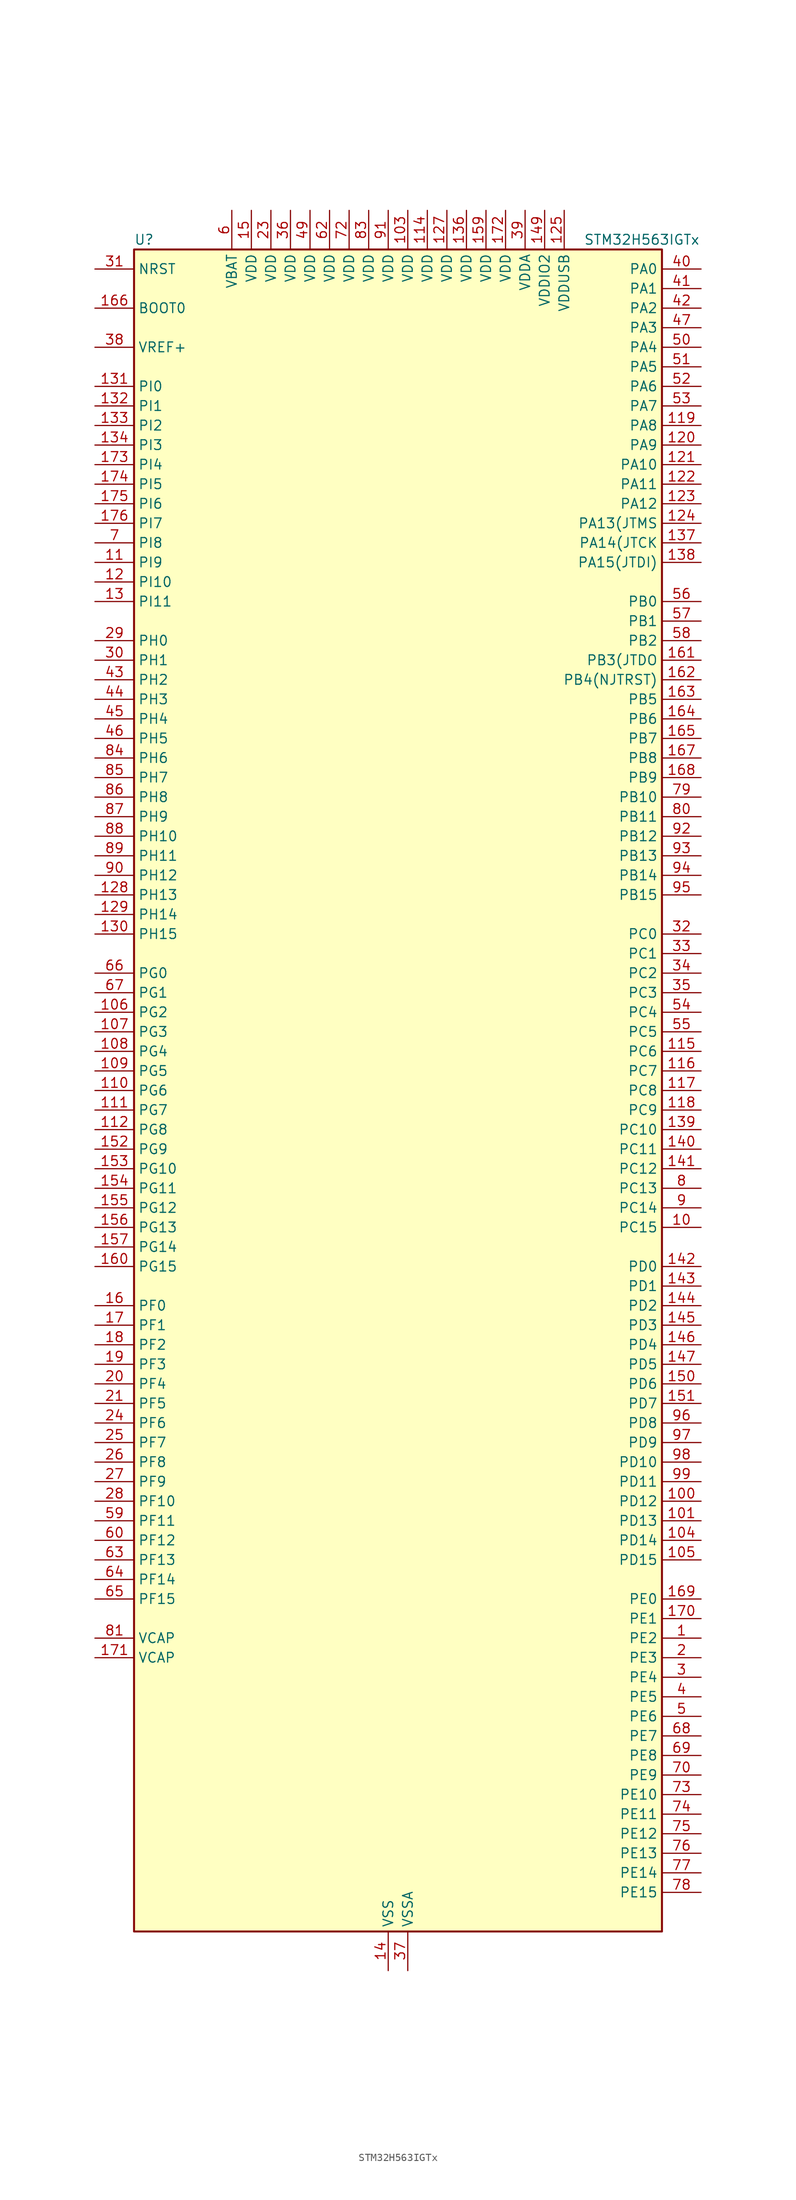
<source format=kicad_sym>
(kicad_symbol_lib
  (version 20231120)
  (generator "kicad-library-utils")
  (generator_version "8.0")
  (symbol "STM32H563IGTx"
    (property "Reference" "U"
      (at -33.02 110.49 0)
      (effects (font (size 1.27 1.27)) (justify left)))
    (property "Value" "STM32H563IGTx"
      (at 25.4 110.49 0)
      (effects (font (size 1.27 1.27)) (justify left)))
    (symbol "STM32H563IGTx_0_1"
      (rectangle (start -33.02 -109.22) (end 35.56 109.22) (stroke (width 0.254) (type default)) (fill (type background))))
    (symbol "STM32H563IGTx_1_1"
      (pin bidirectional line (at 40.64 -71.12 180) (length 5.08) (name "PE2" (effects (font (size 1.27 1.27)))) (number "1" (effects (font (size 1.27 1.27)))) (alternate "DCMI_D3" bidirectional line) (alternate "DEBUG_TRACECLK" bidirectional line) (alternate "ETH_TXD3" bidirectional line) (alternate "FMC_A23" bidirectional line) (alternate "LPTIM1_IN2" bidirectional line) (alternate "OCTOSPI1_IO2" bidirectional line) (alternate "PSSI_D3" bidirectional line) (alternate "SAI1_CK1" bidirectional line) (alternate "SAI1_MCLK_A" bidirectional line) (alternate "SPI4_SCK" bidirectional line) (alternate "UART8_TX" bidirectional line) (alternate "USART10_RX" bidirectional line))
      (pin bidirectional line (at 40.64 -17.78 180) (length 5.08) (name "PC15" (effects (font (size 1.27 1.27)))) (number "10" (effects (font (size 1.27 1.27)))) (alternate "ADC1_EXTI15" bidirectional line) (alternate "ADC2_EXTI15" bidirectional line) (alternate "RCC_OSC32_OUT" bidirectional line))
      (pin bidirectional line (at 40.64 -53.34 180) (length 5.08) (name "PD12" (effects (font (size 1.27 1.27)))) (number "100" (effects (font (size 1.27 1.27)))) (alternate "DCMI_D12" bidirectional line) (alternate "FMC_A17" bidirectional line) (alternate "FMC_ALE" bidirectional line) (alternate "I2C4_SCL" bidirectional line) (alternate "I3C1_SCL" bidirectional line) (alternate "LPTIM1_IN1" bidirectional line) (alternate "LPTIM2_IN1" bidirectional line) (alternate "OCTOSPI1_IO1" bidirectional line) (alternate "PSSI_D12" bidirectional line) (alternate "SAI1_D1" bidirectional line) (alternate "SAI2_FS_A" bidirectional line) (alternate "TIM4_CH1" bidirectional line) (alternate "UART4_TX" bidirectional line) (alternate "USART3_RTS" bidirectional line))
      (pin bidirectional line (at 40.64 -55.88 180) (length 5.08) (name "PD13" (effects (font (size 1.27 1.27)))) (number "101" (effects (font (size 1.27 1.27)))) (alternate "DCMI_D13" bidirectional line) (alternate "FMC_A18" bidirectional line) (alternate "I2C4_SDA" bidirectional line) (alternate "I3C1_SDA" bidirectional line) (alternate "LPTIM1_CH1" bidirectional line) (alternate "LPTIM2_CH1" bidirectional line) (alternate "LPTIM4_IN1" bidirectional line) (alternate "OCTOSPI1_IO3" bidirectional line) (alternate "PSSI_D13" bidirectional line) (alternate "SAI2_SCK_A" bidirectional line) (alternate "TIM4_CH2" bidirectional line) (alternate "UART9_RTS" bidirectional line))
      (pin passive line (at 0 -114.3 90) (length 5.08) hide (name "VSS" (effects (font (size 1.27 1.27)))) (number "102" (effects (font (size 1.27 1.27)))))
      (pin power_in line (at 2.54 114.3 270) (length 5.08) (name "VDD" (effects (font (size 1.27 1.27)))) (number "103" (effects (font (size 1.27 1.27)))))
      (pin bidirectional line (at 40.64 -58.42 180) (length 5.08) (name "PD14" (effects (font (size 1.27 1.27)))) (number "104" (effects (font (size 1.27 1.27)))) (alternate "FMC_D0" bidirectional line) (alternate "FMC_DA0" bidirectional line) (alternate "TIM4_CH3" bidirectional line) (alternate "UART8_CTS" bidirectional line) (alternate "UART9_RX" bidirectional line))
      (pin bidirectional line (at 40.64 -60.96 180) (length 5.08) (name "PD15" (effects (font (size 1.27 1.27)))) (number "105" (effects (font (size 1.27 1.27)))) (alternate "ADC1_EXTI15" bidirectional line) (alternate "ADC2_EXTI15" bidirectional line) (alternate "FMC_D1" bidirectional line) (alternate "FMC_DA1" bidirectional line) (alternate "TIM4_CH4" bidirectional line) (alternate "UART8_RTS" bidirectional line) (alternate "UART9_TX" bidirectional line))
      (pin bidirectional line (at -38.1 10.16 0) (length 5.08) (name "PG2" (effects (font (size 1.27 1.27)))) (number "106" (effects (font (size 1.27 1.27)))) (alternate "FMC_A12" bidirectional line) (alternate "LPTIM6_ETR" bidirectional line) (alternate "TIM8_BKIN" bidirectional line) (alternate "UART12_RX" bidirectional line))
      (pin bidirectional line (at -38.1 7.62 0) (length 5.08) (name "PG3" (effects (font (size 1.27 1.27)))) (number "107" (effects (font (size 1.27 1.27)))) (alternate "FMC_A13" bidirectional line) (alternate "LPTIM5_ETR" bidirectional line) (alternate "TIM8_BKIN2" bidirectional line) (alternate "UART12_TX" bidirectional line))
      (pin bidirectional line (at -38.1 5.08 0) (length 5.08) (name "PG4" (effects (font (size 1.27 1.27)))) (number "108" (effects (font (size 1.27 1.27)))) (alternate "FMC_A14" bidirectional line) (alternate "FMC_BA0" bidirectional line) (alternate "LPTIM4_ETR" bidirectional line) (alternate "TIM1_BKIN2" bidirectional line))
      (pin bidirectional line (at -38.1 2.54 0) (length 5.08) (name "PG5" (effects (font (size 1.27 1.27)))) (number "109" (effects (font (size 1.27 1.27)))) (alternate "FMC_A15" bidirectional line) (alternate "FMC_BA1" bidirectional line) (alternate "TIM1_ETR" bidirectional line))
      (pin bidirectional line (at -38.1 68.58 0) (length 5.08) (name "PI9" (effects (font (size 1.27 1.27)))) (number "11" (effects (font (size 1.27 1.27)))) (alternate "DAC1_EXTI9" bidirectional line) (alternate "FDCAN1_RX" bidirectional line) (alternate "UART4_RX" bidirectional line))
      (pin bidirectional line (at -38.1 0 0) (length 5.08) (name "PG6" (effects (font (size 1.27 1.27)))) (number "110" (effects (font (size 1.27 1.27)))) (alternate "DCMI_D12" bidirectional line) (alternate "FMC_NE3" bidirectional line) (alternate "I2C4_SDA" bidirectional line) (alternate "I3C1_SDA" bidirectional line) (alternate "OCTOSPI1_NCS" bidirectional line) (alternate "PSSI_D12" bidirectional line) (alternate "SPI1_RDY" bidirectional line) (alternate "TIM17_BKIN" bidirectional line) (alternate "UCPD1_FRSTX" bidirectional line))
      (pin bidirectional line (at -38.1 -2.54 0) (length 5.08) (name "PG7" (effects (font (size 1.27 1.27)))) (number "111" (effects (font (size 1.27 1.27)))) (alternate "DCMI_D13" bidirectional line) (alternate "FMC_INT" bidirectional line) (alternate "I2C4_SCL" bidirectional line) (alternate "I3C1_SCL" bidirectional line) (alternate "PSSI_D13" bidirectional line) (alternate "SAI1_CK2" bidirectional line) (alternate "SAI1_MCLK_A" bidirectional line) (alternate "UCPD1_FRSTX" bidirectional line) (alternate "USART6_CK" bidirectional line))
      (pin bidirectional line (at -38.1 -5.08 0) (length 5.08) (name "PG8" (effects (font (size 1.27 1.27)))) (number "112" (effects (font (size 1.27 1.27)))) (alternate "ETH_PPS_OUT" bidirectional line) (alternate "FMC_SDCLK" bidirectional line) (alternate "SPI6_NSS" bidirectional line) (alternate "TIM8_ETR" bidirectional line) (alternate "USART6_RTS" bidirectional line))
      (pin passive line (at 0 -114.3 90) (length 5.08) hide (name "VSS" (effects (font (size 1.27 1.27)))) (number "113" (effects (font (size 1.27 1.27)))))
      (pin power_in line (at 5.08 114.3 270) (length 5.08) (name "VDD" (effects (font (size 1.27 1.27)))) (number "114" (effects (font (size 1.27 1.27)))))
      (pin bidirectional line (at 40.64 5.08 180) (length 5.08) (name "PC6" (effects (font (size 1.27 1.27)))) (number "115" (effects (font (size 1.27 1.27)))) (alternate "DCMI_D0" bidirectional line) (alternate "FMC_NWAIT" bidirectional line) (alternate "I2S2_MCK" bidirectional line) (alternate "OCTOSPI1_IO5" bidirectional line) (alternate "PSSI_D0" bidirectional line) (alternate "SAI1_SCK_A" bidirectional line) (alternate "SDMMC1_D0DIR" bidirectional line) (alternate "SDMMC1_D6" bidirectional line) (alternate "SDMMC2_D6" bidirectional line) (alternate "TIM3_CH1" bidirectional line) (alternate "TIM8_CH1" bidirectional line) (alternate "USART6_TX" bidirectional line))
      (pin bidirectional line (at 40.64 2.54 180) (length 5.08) (name "PC7" (effects (font (size 1.27 1.27)))) (number "116" (effects (font (size 1.27 1.27)))) (alternate "DCMI_D1" bidirectional line) (alternate "DEBUG_TRGIO" bidirectional line) (alternate "FMC_NE1" bidirectional line) (alternate "I2S3_MCK" bidirectional line) (alternate "OCTOSPI1_IO6" bidirectional line) (alternate "PSSI_D1" bidirectional line) (alternate "SDMMC1_D123DIR" bidirectional line) (alternate "SDMMC1_D7" bidirectional line) (alternate "SDMMC2_D7" bidirectional line) (alternate "TIM3_CH2" bidirectional line) (alternate "TIM8_CH2" bidirectional line) (alternate "USART6_RX" bidirectional line))
      (pin bidirectional line (at 40.64 0 180) (length 5.08) (name "PC8" (effects (font (size 1.27 1.27)))) (number "117" (effects (font (size 1.27 1.27)))) (alternate "DCMI_D2" bidirectional line) (alternate "DEBUG_TRACED1" bidirectional line) (alternate "FMC_ALE" bidirectional line) (alternate "FMC_INT" bidirectional line) (alternate "FMC_NCE" bidirectional line) (alternate "FMC_NE2" bidirectional line) (alternate "PSSI_D2" bidirectional line) (alternate "SDMMC1_D0" bidirectional line) (alternate "TIM3_CH3" bidirectional line) (alternate "TIM8_CH3" bidirectional line) (alternate "UART5_DE" bidirectional line) (alternate "UART5_RTS" bidirectional line) (alternate "USART6_CK" bidirectional line))
      (pin bidirectional line (at 40.64 -2.54 180) (length 5.08) (name "PC9" (effects (font (size 1.27 1.27)))) (number "118" (effects (font (size 1.27 1.27)))) (alternate "AUDIOCLK" bidirectional line) (alternate "DAC1_EXTI9" bidirectional line) (alternate "DCMI_D3" bidirectional line) (alternate "FMC_CLE" bidirectional line) (alternate "I2C3_SDA" bidirectional line) (alternate "OCTOSPI1_IO0" bidirectional line) (alternate "PSSI_D3" bidirectional line) (alternate "RCC_MCO_2" bidirectional line) (alternate "SDMMC1_D1" bidirectional line) (alternate "TIM3_CH4" bidirectional line) (alternate "TIM8_CH4" bidirectional line) (alternate "UART5_CTS" bidirectional line) (alternate "UCPD1_DB2" bidirectional line))
      (pin bidirectional line (at 40.64 86.36 180) (length 5.08) (name "PA8" (effects (font (size 1.27 1.27)))) (number "119" (effects (font (size 1.27 1.27)))) (alternate "DCMI_D3" bidirectional line) (alternate "FMC_NOE" bidirectional line) (alternate "I2C3_SCL" bidirectional line) (alternate "PSSI_D3" bidirectional line) (alternate "RCC_MCO_1" bidirectional line) (alternate "SPI1_RDY" bidirectional line) (alternate "TIM1_CH1" bidirectional line) (alternate "TIM8_BKIN2" bidirectional line) (alternate "UART7_RX" bidirectional line) (alternate "USART1_CK" bidirectional line) (alternate "USB_SOF" bidirectional line))
      (pin bidirectional line (at -38.1 66.04 0) (length 5.08) (name "PI10" (effects (font (size 1.27 1.27)))) (number "12" (effects (font (size 1.27 1.27)))) (alternate "ETH_RX_ER" bidirectional line) (alternate "FDCAN1_RX" bidirectional line) (alternate "PSSI_D14" bidirectional line))
      (pin bidirectional line (at 40.64 83.82 180) (length 5.08) (name "PA9" (effects (font (size 1.27 1.27)))) (number "120" (effects (font (size 1.27 1.27)))) (alternate "DAC1_EXTI9" bidirectional line) (alternate "DCMI_D0" bidirectional line) (alternate "ETH_TX_ER" bidirectional line) (alternate "FMC_NWE" bidirectional line) (alternate "I2C3_SMBA" bidirectional line) (alternate "I2S2_CK" bidirectional line) (alternate "LPUART1_TX" bidirectional line) (alternate "PSSI_D0" bidirectional line) (alternate "SPI2_SCK" bidirectional line) (alternate "TIM1_CH2" bidirectional line) (alternate "UCPD1_DB1" bidirectional line) (alternate "USART1_TX" bidirectional line))
      (pin bidirectional line (at 40.64 81.28 180) (length 5.08) (name "PA10" (effects (font (size 1.27 1.27)))) (number "121" (effects (font (size 1.27 1.27)))) (alternate "DCMI_D1" bidirectional line) (alternate "FDCAN2_TX" bidirectional line) (alternate "LPTIM2_IN2" bidirectional line) (alternate "LPUART1_RX" bidirectional line) (alternate "PSSI_D1" bidirectional line) (alternate "SDMMC1_D0" bidirectional line) (alternate "TIM1_CH3" bidirectional line) (alternate "UCPD1_FRSTX" bidirectional line) (alternate "USART1_RX" bidirectional line))
      (pin bidirectional line (at 40.64 78.74 180) (length 5.08) (name "PA11" (effects (font (size 1.27 1.27)))) (number "122" (effects (font (size 1.27 1.27)))) (alternate "ADC1_EXTI11" bidirectional line) (alternate "ADC2_EXTI11" bidirectional line) (alternate "FDCAN1_RX" bidirectional line) (alternate "I2S2_WS" bidirectional line) (alternate "LPUART1_CTS" bidirectional line) (alternate "SPI2_NSS" bidirectional line) (alternate "TIM1_CH4" bidirectional line) (alternate "UART4_RX" bidirectional line) (alternate "USART1_CTS" bidirectional line) (alternate "USART1_NSS" bidirectional line) (alternate "USB_DM" bidirectional line))
      (pin bidirectional line (at 40.64 76.2 180) (length 5.08) (name "PA12" (effects (font (size 1.27 1.27)))) (number "123" (effects (font (size 1.27 1.27)))) (alternate "FDCAN1_TX" bidirectional line) (alternate "I2S2_CK" bidirectional line) (alternate "LPUART1_RTS" bidirectional line) (alternate "SAI2_FS_B" bidirectional line) (alternate "SPI2_SCK" bidirectional line) (alternate "TIM1_ETR" bidirectional line) (alternate "UART4_TX" bidirectional line) (alternate "USART1_RTS" bidirectional line) (alternate "USB_DP" bidirectional line))
      (pin bidirectional line (at 40.64 73.66 180) (length 5.08) (name "PA13(JTMS" (effects (font (size 1.27 1.27)))) (number "124" (effects (font (size 1.27 1.27)))) (alternate "DEBUG_JTMS-SWDIO" bidirectional line))
      (pin power_in line (at 22.86 114.3 270) (length 5.08) (name "VDDUSB" (effects (font (size 1.27 1.27)))) (number "125" (effects (font (size 1.27 1.27)))))
      (pin passive line (at 0 -114.3 90) (length 5.08) hide (name "VSS" (effects (font (size 1.27 1.27)))) (number "126" (effects (font (size 1.27 1.27)))))
      (pin power_in line (at 7.62 114.3 270) (length 5.08) (name "VDD" (effects (font (size 1.27 1.27)))) (number "127" (effects (font (size 1.27 1.27)))))
      (pin bidirectional line (at -38.1 25.4 0) (length 5.08) (name "PH13" (effects (font (size 1.27 1.27)))) (number "128" (effects (font (size 1.27 1.27)))) (alternate "DCMI_D3" bidirectional line) (alternate "FDCAN1_TX" bidirectional line) (alternate "LPTIM1_IN2" bidirectional line) (alternate "PSSI_D3" bidirectional line) (alternate "TIM8_CH1N" bidirectional line) (alternate "UART4_TX" bidirectional line) (alternate "UART8_TX" bidirectional line))
      (pin bidirectional line (at -38.1 22.86 0) (length 5.08) (name "PH14" (effects (font (size 1.27 1.27)))) (number "129" (effects (font (size 1.27 1.27)))) (alternate "DCMI_D4" bidirectional line) (alternate "FDCAN1_RX" bidirectional line) (alternate "PSSI_D4" bidirectional line) (alternate "TIM8_CH2N" bidirectional line) (alternate "UART4_RX" bidirectional line))
      (pin bidirectional line (at -38.1 63.5 0) (length 5.08) (name "PI11" (effects (font (size 1.27 1.27)))) (number "13" (effects (font (size 1.27 1.27)))) (alternate "ADC1_EXTI11" bidirectional line) (alternate "ADC2_EXTI11" bidirectional line) (alternate "PSSI_D15" bidirectional line) (alternate "TAMP_IN4" bidirectional line) (alternate "TAMP_OUT5" bidirectional line))
      (pin bidirectional line (at -38.1 20.32 0) (length 5.08) (name "PH15" (effects (font (size 1.27 1.27)))) (number "130" (effects (font (size 1.27 1.27)))) (alternate "ADC1_EXTI15" bidirectional line) (alternate "ADC2_EXTI15" bidirectional line) (alternate "DCMI_D11" bidirectional line) (alternate "PSSI_D11" bidirectional line) (alternate "TIM8_CH3N" bidirectional line))
      (pin bidirectional line (at -38.1 91.44 0) (length 5.08) (name "PI0" (effects (font (size 1.27 1.27)))) (number "131" (effects (font (size 1.27 1.27)))) (alternate "DCMI_D13" bidirectional line) (alternate "I2S2_WS" bidirectional line) (alternate "PSSI_D13" bidirectional line) (alternate "SPI2_NSS" bidirectional line) (alternate "TIM5_CH4" bidirectional line))
      (pin bidirectional line (at -38.1 88.9 0) (length 5.08) (name "PI1" (effects (font (size 1.27 1.27)))) (number "132" (effects (font (size 1.27 1.27)))) (alternate "DCMI_D8" bidirectional line) (alternate "I2S2_CK" bidirectional line) (alternate "PSSI_D8" bidirectional line) (alternate "SPI2_SCK" bidirectional line) (alternate "TIM8_BKIN2" bidirectional line))
      (pin bidirectional line (at -38.1 86.36 0) (length 5.08) (name "PI2" (effects (font (size 1.27 1.27)))) (number "133" (effects (font (size 1.27 1.27)))) (alternate "DCMI_D9" bidirectional line) (alternate "I2S2_SDI" bidirectional line) (alternate "PSSI_D9" bidirectional line) (alternate "SPI2_MISO" bidirectional line) (alternate "TIM8_CH4" bidirectional line))
      (pin bidirectional line (at -38.1 83.82 0) (length 5.08) (name "PI3" (effects (font (size 1.27 1.27)))) (number "134" (effects (font (size 1.27 1.27)))) (alternate "DCMI_D10" bidirectional line) (alternate "I2S2_SDO" bidirectional line) (alternate "PSSI_D10" bidirectional line) (alternate "SPI2_MOSI" bidirectional line) (alternate "TIM8_ETR" bidirectional line))
      (pin passive line (at 0 -114.3 90) (length 5.08) hide (name "VSS" (effects (font (size 1.27 1.27)))) (number "135" (effects (font (size 1.27 1.27)))))
      (pin power_in line (at 10.16 114.3 270) (length 5.08) (name "VDD" (effects (font (size 1.27 1.27)))) (number "136" (effects (font (size 1.27 1.27)))))
      (pin bidirectional line (at 40.64 71.12 180) (length 5.08) (name "PA14(JTCK" (effects (font (size 1.27 1.27)))) (number "137" (effects (font (size 1.27 1.27)))) (alternate "DEBUG_JTCK-SWCLK" bidirectional line))
      (pin bidirectional line (at 40.64 68.58 180) (length 5.08) (name "PA15(JTDI)" (effects (font (size 1.27 1.27)))) (number "138" (effects (font (size 1.27 1.27)))) (alternate "ADC1_EXTI15" bidirectional line) (alternate "ADC2_EXTI15" bidirectional line) (alternate "CEC" bidirectional line) (alternate "DCMI_D11" bidirectional line) (alternate "DEBUG_JTDI" bidirectional line) (alternate "FMC_NBL1" bidirectional line) (alternate "I2S1_WS" bidirectional line) (alternate "I2S3_WS" bidirectional line) (alternate "LPTIM3_IN2" bidirectional line) (alternate "PSSI_D11" bidirectional line) (alternate "SPI1_NSS" bidirectional line) (alternate "SPI3_NSS" bidirectional line) (alternate "SPI6_NSS" bidirectional line) (alternate "TIM2_CH1" bidirectional line) (alternate "TIM2_ETR" bidirectional line) (alternate "UART4_DE" bidirectional line) (alternate "UART4_RTS" bidirectional line) (alternate "UART7_TX" bidirectional line))
      (pin bidirectional line (at 40.64 -5.08 180) (length 5.08) (name "PC10" (effects (font (size 1.27 1.27)))) (number "139" (effects (font (size 1.27 1.27)))) (alternate "DCMI_D8" bidirectional line) (alternate "ETH_TXD0" bidirectional line) (alternate "I2S3_CK" bidirectional line) (alternate "LPTIM3_ETR" bidirectional line) (alternate "OCTOSPI1_IO1" bidirectional line) (alternate "PSSI_D8" bidirectional line) (alternate "SDMMC1_D2" bidirectional line) (alternate "SPI3_SCK" bidirectional line) (alternate "UART4_TX" bidirectional line) (alternate "USART3_TX" bidirectional line))
      (pin power_in line (at 0 -114.3 90) (length 5.08) (name "VSS" (effects (font (size 1.27 1.27)))) (number "14" (effects (font (size 1.27 1.27)))))
      (pin bidirectional line (at 40.64 -7.62 180) (length 5.08) (name "PC11" (effects (font (size 1.27 1.27)))) (number "140" (effects (font (size 1.27 1.27)))) (alternate "ADC1_EXTI11" bidirectional line) (alternate "ADC2_EXTI11" bidirectional line) (alternate "DCMI_D4" bidirectional line) (alternate "I2S3_SDI" bidirectional line) (alternate "LPTIM3_IN1" bidirectional line) (alternate "OCTOSPI1_NCS" bidirectional line) (alternate "PSSI_D4" bidirectional line) (alternate "SDMMC1_D3" bidirectional line) (alternate "SPI3_MISO" bidirectional line) (alternate "UART4_RX" bidirectional line) (alternate "USART3_RX" bidirectional line))
      (pin bidirectional line (at 40.64 -10.16 180) (length 5.08) (name "PC12" (effects (font (size 1.27 1.27)))) (number "141" (effects (font (size 1.27 1.27)))) (alternate "DCMI_D9" bidirectional line) (alternate "DEBUG_TRACED3" bidirectional line) (alternate "I2S3_SDO" bidirectional line) (alternate "PSSI_D9" bidirectional line) (alternate "SDMMC1_CK" bidirectional line) (alternate "SPI3_MOSI" bidirectional line) (alternate "SPI6_SCK" bidirectional line) (alternate "TIM15_CH1" bidirectional line) (alternate "UART5_TX" bidirectional line) (alternate "USART3_CK" bidirectional line))
      (pin bidirectional line (at 40.64 -22.86 180) (length 5.08) (name "PD0" (effects (font (size 1.27 1.27)))) (number "142" (effects (font (size 1.27 1.27)))) (alternate "FDCAN1_RX" bidirectional line) (alternate "FMC_D2" bidirectional line) (alternate "FMC_DA2" bidirectional line) (alternate "TIM8_CH4N" bidirectional line) (alternate "UART4_RX" bidirectional line) (alternate "UART9_CTS" bidirectional line))
      (pin bidirectional line (at 40.64 -25.4 180) (length 5.08) (name "PD1" (effects (font (size 1.27 1.27)))) (number "143" (effects (font (size 1.27 1.27)))) (alternate "FDCAN1_TX" bidirectional line) (alternate "FMC_D3" bidirectional line) (alternate "FMC_DA3" bidirectional line) (alternate "UART4_TX" bidirectional line))
      (pin bidirectional line (at 40.64 -27.94 180) (length 5.08) (name "PD2" (effects (font (size 1.27 1.27)))) (number "144" (effects (font (size 1.27 1.27)))) (alternate "DCMI_D11" bidirectional line) (alternate "DEBUG_TRACED2" bidirectional line) (alternate "LPTIM4_ETR" bidirectional line) (alternate "PSSI_D11" bidirectional line) (alternate "PWR_WKUP7" bidirectional line) (alternate "SDMMC1_CMD" bidirectional line) (alternate "TIM15_BKIN" bidirectional line) (alternate "TIM3_ETR" bidirectional line) (alternate "UART5_RX" bidirectional line))
      (pin bidirectional line (at 40.64 -30.48 180) (length 5.08) (name "PD3" (effects (font (size 1.27 1.27)))) (number "145" (effects (font (size 1.27 1.27)))) (alternate "DCMI_D5" bidirectional line) (alternate "FMC_CLK" bidirectional line) (alternate "I2S2_CK" bidirectional line) (alternate "PSSI_D5" bidirectional line) (alternate "PWR_WKUP8" bidirectional line) (alternate "SPI2_SCK" bidirectional line) (alternate "USART2_CTS" bidirectional line) (alternate "USART2_NSS" bidirectional line))
      (pin bidirectional line (at 40.64 -33.02 180) (length 5.08) (name "PD4" (effects (font (size 1.27 1.27)))) (number "146" (effects (font (size 1.27 1.27)))) (alternate "FMC_NOE" bidirectional line) (alternate "OCTOSPI1_IO4" bidirectional line) (alternate "USART2_RTS" bidirectional line))
      (pin bidirectional line (at 40.64 -35.56 180) (length 5.08) (name "PD5" (effects (font (size 1.27 1.27)))) (number "147" (effects (font (size 1.27 1.27)))) (alternate "FDCAN1_TX" bidirectional line) (alternate "FMC_NWE" bidirectional line) (alternate "OCTOSPI1_IO5" bidirectional line) (alternate "SPI2_RDY" bidirectional line) (alternate "TIM1_CH4N" bidirectional line) (alternate "USART2_TX" bidirectional line))
      (pin passive line (at 0 -114.3 90) (length 5.08) hide (name "VSS" (effects (font (size 1.27 1.27)))) (number "148" (effects (font (size 1.27 1.27)))))
      (pin power_in line (at 20.32 114.3 270) (length 5.08) (name "VDDIO2" (effects (font (size 1.27 1.27)))) (number "149" (effects (font (size 1.27 1.27)))))
      (pin power_in line (at -17.78 114.3 270) (length 5.08) (name "VDD" (effects (font (size 1.27 1.27)))) (number "15" (effects (font (size 1.27 1.27)))))
      (pin bidirectional line (at 40.64 -38.1 180) (length 5.08) (name "PD6" (effects (font (size 1.27 1.27)))) (number "150" (effects (font (size 1.27 1.27)))) (alternate "DCMI_D10" bidirectional line) (alternate "FMC_NWAIT" bidirectional line) (alternate "I2S3_SDO" bidirectional line) (alternate "OCTOSPI1_IO6" bidirectional line) (alternate "PSSI_D10" bidirectional line) (alternate "SAI1_D1" bidirectional line) (alternate "SAI1_SD_A" bidirectional line) (alternate "SDMMC2_CK" bidirectional line) (alternate "SPI3_MOSI" bidirectional line) (alternate "USART2_RX" bidirectional line))
      (pin bidirectional line (at 40.64 -40.64 180) (length 5.08) (name "PD7" (effects (font (size 1.27 1.27)))) (number "151" (effects (font (size 1.27 1.27)))) (alternate "FMC_NCE" bidirectional line) (alternate "FMC_NE1" bidirectional line) (alternate "I2S1_SDO" bidirectional line) (alternate "LPTIM4_OUT" bidirectional line) (alternate "OCTOSPI1_IO7" bidirectional line) (alternate "SDMMC2_CMD" bidirectional line) (alternate "SPI1_MOSI" bidirectional line) (alternate "USART2_CK" bidirectional line))
      (pin bidirectional line (at -38.1 -7.62 0) (length 5.08) (name "PG9" (effects (font (size 1.27 1.27)))) (number "152" (effects (font (size 1.27 1.27)))) (alternate "DAC1_EXTI9" bidirectional line) (alternate "DCMI_VSYNC" bidirectional line) (alternate "FMC_NCE" bidirectional line) (alternate "FMC_NE2" bidirectional line) (alternate "I2S1_SDI" bidirectional line) (alternate "OCTOSPI1_IO6" bidirectional line) (alternate "PSSI_RDY" bidirectional line) (alternate "SAI2_FS_B" bidirectional line) (alternate "SDMMC2_D0" bidirectional line) (alternate "SPI1_MISO" bidirectional line) (alternate "USART6_RX" bidirectional line))
      (pin bidirectional line (at -38.1 -10.16 0) (length 5.08) (name "PG10" (effects (font (size 1.27 1.27)))) (number "153" (effects (font (size 1.27 1.27)))) (alternate "DCMI_D2" bidirectional line) (alternate "FMC_NE3" bidirectional line) (alternate "I2S1_WS" bidirectional line) (alternate "PSSI_D2" bidirectional line) (alternate "SAI2_SD_B" bidirectional line) (alternate "SDMMC2_D1" bidirectional line) (alternate "SPI1_NSS" bidirectional line))
      (pin bidirectional line (at -38.1 -12.7 0) (length 5.08) (name "PG11" (effects (font (size 1.27 1.27)))) (number "154" (effects (font (size 1.27 1.27)))) (alternate "ADC1_EXTI11" bidirectional line) (alternate "ADC2_EXTI11" bidirectional line) (alternate "DCMI_D3" bidirectional line) (alternate "ETH_TX_EN" bidirectional line) (alternate "I2S1_CK" bidirectional line) (alternate "LPTIM1_IN2" bidirectional line) (alternate "PSSI_D3" bidirectional line) (alternate "SDMMC2_D2" bidirectional line) (alternate "SPI1_SCK" bidirectional line) (alternate "USART10_RX" bidirectional line) (alternate "USART11_RTS" bidirectional line))
      (pin bidirectional line (at -38.1 -15.24 0) (length 5.08) (name "PG12" (effects (font (size 1.27 1.27)))) (number "155" (effects (font (size 1.27 1.27)))) (alternate "DCMI_D11" bidirectional line) (alternate "ETH_TXD1" bidirectional line) (alternate "FMC_NE4" bidirectional line) (alternate "LPTIM1_IN1" bidirectional line) (alternate "LPTIM5_CH1" bidirectional line) (alternate "PSSI_D11" bidirectional line) (alternate "PSSI_D15" bidirectional line) (alternate "SDMMC2_D3" bidirectional line) (alternate "SPI6_MISO" bidirectional line) (alternate "USART10_TX" bidirectional line) (alternate "USART6_RTS" bidirectional line))
      (pin bidirectional line (at -38.1 -17.78 0) (length 5.08) (name "PG13" (effects (font (size 1.27 1.27)))) (number "156" (effects (font (size 1.27 1.27)))) (alternate "DEBUG_TRACED0" bidirectional line) (alternate "ETH_TXD0" bidirectional line) (alternate "FMC_A24" bidirectional line) (alternate "LPTIM1_CH1" bidirectional line) (alternate "LPTIM5_CH2" bidirectional line) (alternate "SDMMC2_D6" bidirectional line) (alternate "SPI6_SCK" bidirectional line) (alternate "USART10_CTS" bidirectional line) (alternate "USART10_NSS" bidirectional line) (alternate "USART6_CTS" bidirectional line) (alternate "USART6_NSS" bidirectional line))
      (pin bidirectional line (at -38.1 -20.32 0) (length 5.08) (name "PG14" (effects (font (size 1.27 1.27)))) (number "157" (effects (font (size 1.27 1.27)))) (alternate "DEBUG_TRACED1" bidirectional line) (alternate "ETH_TXD1" bidirectional line) (alternate "FMC_A25" bidirectional line) (alternate "LPTIM1_CH2" bidirectional line) (alternate "LPTIM1_ETR" bidirectional line) (alternate "LPTIM5_IN1" bidirectional line) (alternate "OCTOSPI1_IO7" bidirectional line) (alternate "SDMMC2_D7" bidirectional line) (alternate "SPI6_MOSI" bidirectional line) (alternate "USART10_RTS" bidirectional line) (alternate "USART6_TX" bidirectional line))
      (pin passive line (at 0 -114.3 90) (length 5.08) hide (name "VSS" (effects (font (size 1.27 1.27)))) (number "158" (effects (font (size 1.27 1.27)))))
      (pin power_in line (at 12.7 114.3 270) (length 5.08) (name "VDD" (effects (font (size 1.27 1.27)))) (number "159" (effects (font (size 1.27 1.27)))))
      (pin bidirectional line (at -38.1 -27.94 0) (length 5.08) (name "PF0" (effects (font (size 1.27 1.27)))) (number "16" (effects (font (size 1.27 1.27)))) (alternate "FMC_A0" bidirectional line) (alternate "I2C2_SDA" bidirectional line) (alternate "LPTIM5_CH1" bidirectional line))
      (pin bidirectional line (at -38.1 -22.86 0) (length 5.08) (name "PG15" (effects (font (size 1.27 1.27)))) (number "160" (effects (font (size 1.27 1.27)))) (alternate "ADC1_EXTI15" bidirectional line) (alternate "ADC2_EXTI15" bidirectional line) (alternate "DCMI_D13" bidirectional line) (alternate "FMC_SDNCAS" bidirectional line) (alternate "PSSI_D13" bidirectional line) (alternate "SPI4_RDY" bidirectional line) (alternate "USART10_CK" bidirectional line) (alternate "USART6_CTS" bidirectional line) (alternate "USART6_NSS" bidirectional line))
      (pin bidirectional line (at 40.64 55.88 180) (length 5.08) (name "PB3(JTDO" (effects (font (size 1.27 1.27)))) (number "161" (effects (font (size 1.27 1.27)))) (alternate "CRS_SYNC" bidirectional line) (alternate "DEBUG_JTDO-SWO" bidirectional line) (alternate "I2C2_SDA" bidirectional line) (alternate "I2S1_CK" bidirectional line) (alternate "I2S3_CK" bidirectional line) (alternate "LPTIM6_ETR" bidirectional line) (alternate "SDMMC2_D2" bidirectional line) (alternate "SPI1_SCK" bidirectional line) (alternate "SPI3_SCK" bidirectional line) (alternate "SPI6_SCK" bidirectional line) (alternate "TIM2_CH2" bidirectional line) (alternate "UART12_CTS" bidirectional line) (alternate "UART7_RX" bidirectional line))
      (pin bidirectional line (at 40.64 53.34 180) (length 5.08) (name "PB4(NJTRST)" (effects (font (size 1.27 1.27)))) (number "162" (effects (font (size 1.27 1.27)))) (alternate "DCMI_D7" bidirectional line) (alternate "DEBUG_JTRST" bidirectional line) (alternate "I2S1_SDI" bidirectional line) (alternate "I2S2_WS" bidirectional line) (alternate "I2S3_SDI" bidirectional line) (alternate "LPTIM1_CH2" bidirectional line) (alternate "OCTOSPI1_CLK" bidirectional line) (alternate "PSSI_D7" bidirectional line) (alternate "SDMMC2_D3" bidirectional line) (alternate "SPI1_MISO" bidirectional line) (alternate "SPI2_NSS" bidirectional line) (alternate "SPI3_MISO" bidirectional line) (alternate "SPI6_MISO" bidirectional line) (alternate "TIM16_BKIN" bidirectional line) (alternate "TIM3_CH1" bidirectional line) (alternate "UART7_TX" bidirectional line))
      (pin bidirectional line (at 40.64 50.8 180) (length 5.08) (name "PB5" (effects (font (size 1.27 1.27)))) (number "163" (effects (font (size 1.27 1.27)))) (alternate "DCMI_D10" bidirectional line) (alternate "ETH_PPS_OUT" bidirectional line) (alternate "FDCAN2_RX" bidirectional line) (alternate "FMC_SDCKE1" bidirectional line) (alternate "I2C1_SMBA" bidirectional line) (alternate "I2C4_SMBA" bidirectional line) (alternate "I2S1_SDO" bidirectional line) (alternate "I2S3_SDO" bidirectional line) (alternate "OCTOSPI1_NCLK" bidirectional line) (alternate "PSSI_D10" bidirectional line) (alternate "SPI1_MOSI" bidirectional line) (alternate "SPI3_MOSI" bidirectional line) (alternate "SPI6_MOSI" bidirectional line) (alternate "TIM17_BKIN" bidirectional line) (alternate "TIM3_CH2" bidirectional line) (alternate "UART5_RX" bidirectional line))
      (pin bidirectional line (at 40.64 48.26 180) (length 5.08) (name "PB6" (effects (font (size 1.27 1.27)))) (number "164" (effects (font (size 1.27 1.27)))) (alternate "CEC" bidirectional line) (alternate "DCMI_D5" bidirectional line) (alternate "FDCAN2_TX" bidirectional line) (alternate "FMC_SDNE1" bidirectional line) (alternate "I2C1_SCL" bidirectional line) (alternate "I2C4_SCL" bidirectional line) (alternate "I3C1_SCL" bidirectional line) (alternate "LPUART1_TX" bidirectional line) (alternate "OCTOSPI1_NCS" bidirectional line) (alternate "PSSI_D5" bidirectional line) (alternate "TIM16_CH1N" bidirectional line) (alternate "TIM4_CH1" bidirectional line) (alternate "UART5_TX" bidirectional line) (alternate "USART1_TX" bidirectional line))
      (pin bidirectional line (at 40.64 45.72 180) (length 5.08) (name "PB7" (effects (font (size 1.27 1.27)))) (number "165" (effects (font (size 1.27 1.27)))) (alternate "DCMI_VSYNC" bidirectional line) (alternate "FDCAN1_TX" bidirectional line) (alternate "FMC_NL" bidirectional line) (alternate "I2C1_SDA" bidirectional line) (alternate "I2C4_SDA" bidirectional line) (alternate "I3C1_SDA" bidirectional line) (alternate "LPUART1_RX" bidirectional line) (alternate "PSSI_RDY" bidirectional line) (alternate "PWR_WKUP5" bidirectional line) (alternate "SDMMC2_CKIN" bidirectional line) (alternate "SDMMC2_D5" bidirectional line) (alternate "TIM17_CH1N" bidirectional line) (alternate "TIM4_CH2" bidirectional line) (alternate "USART1_RX" bidirectional line))
      (pin input line (at -38.1 101.6 0) (length 5.08) (name "BOOT0" (effects (font (size 1.27 1.27)))) (number "166" (effects (font (size 1.27 1.27)))))
      (pin bidirectional line (at 40.64 43.18 180) (length 5.08) (name "PB8" (effects (font (size 1.27 1.27)))) (number "167" (effects (font (size 1.27 1.27)))) (alternate "DCMI_D6" bidirectional line) (alternate "ETH_TXD3" bidirectional line) (alternate "FDCAN1_RX" bidirectional line) (alternate "I2C1_SCL" bidirectional line) (alternate "I2C4_SCL" bidirectional line) (alternate "I3C1_SCL" bidirectional line) (alternate "PSSI_D6" bidirectional line) (alternate "SDMMC1_CKIN" bidirectional line) (alternate "SDMMC1_D4" bidirectional line) (alternate "SDMMC2_D4" bidirectional line) (alternate "SPI4_RDY" bidirectional line) (alternate "TIM16_CH1" bidirectional line) (alternate "TIM4_CH3" bidirectional line) (alternate "UART4_RX" bidirectional line))
      (pin bidirectional line (at 40.64 40.64 180) (length 5.08) (name "PB9" (effects (font (size 1.27 1.27)))) (number "168" (effects (font (size 1.27 1.27)))) (alternate "DAC1_EXTI9" bidirectional line) (alternate "DCMI_D7" bidirectional line) (alternate "FDCAN1_TX" bidirectional line) (alternate "I2C1_SDA" bidirectional line) (alternate "I2C4_SDA" bidirectional line) (alternate "I2S2_WS" bidirectional line) (alternate "I3C1_SDA" bidirectional line) (alternate "PSSI_D7" bidirectional line) (alternate "SDMMC1_CDIR" bidirectional line) (alternate "SDMMC1_D5" bidirectional line) (alternate "SDMMC2_CKIN" bidirectional line) (alternate "SDMMC2_D5" bidirectional line) (alternate "SPI2_NSS" bidirectional line) (alternate "TIM17_CH1" bidirectional line) (alternate "TIM4_CH4" bidirectional line) (alternate "UART4_TX" bidirectional line))
      (pin bidirectional line (at 40.64 -66.04 180) (length 5.08) (name "PE0" (effects (font (size 1.27 1.27)))) (number "169" (effects (font (size 1.27 1.27)))) (alternate "DCMI_D2" bidirectional line) (alternate "FDCAN1_RX" bidirectional line) (alternate "FMC_NBL0" bidirectional line) (alternate "LPTIM1_ETR" bidirectional line) (alternate "LPTIM2_CH2" bidirectional line) (alternate "LPTIM2_ETR" bidirectional line) (alternate "PSSI_D2" bidirectional line) (alternate "SAI2_MCLK_A" bidirectional line) (alternate "SPI3_RDY" bidirectional line) (alternate "TIM4_ETR" bidirectional line) (alternate "UART8_RX" bidirectional line))
      (pin bidirectional line (at -38.1 -30.48 0) (length 5.08) (name "PF1" (effects (font (size 1.27 1.27)))) (number "17" (effects (font (size 1.27 1.27)))) (alternate "FMC_A1" bidirectional line) (alternate "I2C2_SCL" bidirectional line) (alternate "LPTIM5_CH2" bidirectional line))
      (pin bidirectional line (at 40.64 -68.58 180) (length 5.08) (name "PE1" (effects (font (size 1.27 1.27)))) (number "170" (effects (font (size 1.27 1.27)))) (alternate "DCMI_D3" bidirectional line) (alternate "FDCAN1_TX" bidirectional line) (alternate "FMC_NBL1" bidirectional line) (alternate "LPTIM1_IN2" bidirectional line) (alternate "PSSI_D3" bidirectional line) (alternate "UART8_TX" bidirectional line))
      (pin power_out line (at -38.1 -73.66 0) (length 5.08) (name "VCAP" (effects (font (size 1.27 1.27)))) (number "171" (effects (font (size 1.27 1.27)))))
      (pin power_in line (at 15.24 114.3 270) (length 5.08) (name "VDD" (effects (font (size 1.27 1.27)))) (number "172" (effects (font (size 1.27 1.27)))))
      (pin bidirectional line (at -38.1 81.28 0) (length 5.08) (name "PI4" (effects (font (size 1.27 1.27)))) (number "173" (effects (font (size 1.27 1.27)))) (alternate "DCMI_D5" bidirectional line) (alternate "PSSI_D5" bidirectional line) (alternate "SAI2_MCLK_A" bidirectional line) (alternate "SPI2_RDY" bidirectional line) (alternate "TIM8_BKIN" bidirectional line))
      (pin bidirectional line (at -38.1 78.74 0) (length 5.08) (name "PI5" (effects (font (size 1.27 1.27)))) (number "174" (effects (font (size 1.27 1.27)))) (alternate "DCMI_VSYNC" bidirectional line) (alternate "PSSI_RDY" bidirectional line) (alternate "SAI2_SCK_A" bidirectional line) (alternate "TIM8_CH1" bidirectional line))
      (pin bidirectional line (at -38.1 76.2 0) (length 5.08) (name "PI6" (effects (font (size 1.27 1.27)))) (number "175" (effects (font (size 1.27 1.27)))) (alternate "DCMI_D6" bidirectional line) (alternate "PSSI_D6" bidirectional line) (alternate "SAI2_SD_A" bidirectional line) (alternate "TIM8_CH2" bidirectional line))
      (pin bidirectional line (at -38.1 73.66 0) (length 5.08) (name "PI7" (effects (font (size 1.27 1.27)))) (number "176" (effects (font (size 1.27 1.27)))) (alternate "DCMI_D7" bidirectional line) (alternate "PSSI_D7" bidirectional line) (alternate "SAI2_FS_A" bidirectional line) (alternate "TIM8_CH3" bidirectional line))
      (pin bidirectional line (at -38.1 -33.02 0) (length 5.08) (name "PF2" (effects (font (size 1.27 1.27)))) (number "18" (effects (font (size 1.27 1.27)))) (alternate "FMC_A2" bidirectional line) (alternate "I2C2_SMBA" bidirectional line) (alternate "LPTIM3_CH2" bidirectional line) (alternate "LPTIM3_IN2" bidirectional line) (alternate "LPTIM5_IN1" bidirectional line) (alternate "UART12_TX" bidirectional line) (alternate "USART11_CK" bidirectional line))
      (pin bidirectional line (at -38.1 -35.56 0) (length 5.08) (name "PF3" (effects (font (size 1.27 1.27)))) (number "19" (effects (font (size 1.27 1.27)))) (alternate "FMC_A3" bidirectional line) (alternate "LPTIM3_IN1" bidirectional line) (alternate "LPTIM5_IN2" bidirectional line) (alternate "USART11_TX" bidirectional line))
      (pin bidirectional line (at 40.64 -73.66 180) (length 5.08) (name "PE3" (effects (font (size 1.27 1.27)))) (number "2" (effects (font (size 1.27 1.27)))) (alternate "DEBUG_TRACED0" bidirectional line) (alternate "FMC_A19" bidirectional line) (alternate "SAI1_SD_B" bidirectional line) (alternate "TAMP_IN6" bidirectional line) (alternate "TAMP_OUT3" bidirectional line) (alternate "TIM15_BKIN" bidirectional line) (alternate "USART10_TX" bidirectional line))
      (pin bidirectional line (at -38.1 -38.1 0) (length 5.08) (name "PF4" (effects (font (size 1.27 1.27)))) (number "20" (effects (font (size 1.27 1.27)))) (alternate "FMC_A4" bidirectional line) (alternate "LPTIM3_ETR" bidirectional line) (alternate "USART11_RX" bidirectional line))
      (pin bidirectional line (at -38.1 -40.64 0) (length 5.08) (name "PF5" (effects (font (size 1.27 1.27)))) (number "21" (effects (font (size 1.27 1.27)))) (alternate "FMC_A5" bidirectional line) (alternate "I2C4_SCL" bidirectional line) (alternate "I3C1_SCL" bidirectional line) (alternate "LPTIM3_CH1" bidirectional line) (alternate "LPTIM3_IN1" bidirectional line) (alternate "UART12_RX" bidirectional line) (alternate "USART11_CTS" bidirectional line) (alternate "USART11_NSS" bidirectional line))
      (pin passive line (at 0 -114.3 90) (length 5.08) hide (name "VSS" (effects (font (size 1.27 1.27)))) (number "22" (effects (font (size 1.27 1.27)))))
      (pin power_in line (at -15.24 114.3 270) (length 5.08) (name "VDD" (effects (font (size 1.27 1.27)))) (number "23" (effects (font (size 1.27 1.27)))))
      (pin bidirectional line (at -38.1 -43.18 0) (length 5.08) (name "PF6" (effects (font (size 1.27 1.27)))) (number "24" (effects (font (size 1.27 1.27)))) (alternate "LPTIM5_CH1" bidirectional line) (alternate "OCTOSPI1_IO3" bidirectional line) (alternate "SAI1_SD_B" bidirectional line) (alternate "SPI5_NSS" bidirectional line) (alternate "TIM16_CH1" bidirectional line) (alternate "UART7_RX" bidirectional line))
      (pin bidirectional line (at -38.1 -45.72 0) (length 5.08) (name "PF7" (effects (font (size 1.27 1.27)))) (number "25" (effects (font (size 1.27 1.27)))) (alternate "LPTIM5_CH2" bidirectional line) (alternate "OCTOSPI1_IO2" bidirectional line) (alternate "SAI1_MCLK_B" bidirectional line) (alternate "SPI5_SCK" bidirectional line) (alternate "TIM17_CH1" bidirectional line) (alternate "UART7_TX" bidirectional line))
      (pin bidirectional line (at -38.1 -48.26 0) (length 5.08) (name "PF8" (effects (font (size 1.27 1.27)))) (number "26" (effects (font (size 1.27 1.27)))) (alternate "LPTIM5_IN1" bidirectional line) (alternate "OCTOSPI1_IO0" bidirectional line) (alternate "SAI1_SCK_B" bidirectional line) (alternate "SPI5_MISO" bidirectional line) (alternate "TIM13_CH1" bidirectional line) (alternate "TIM16_CH1N" bidirectional line) (alternate "UART7_RTS" bidirectional line))
      (pin bidirectional line (at -38.1 -50.8 0) (length 5.08) (name "PF9" (effects (font (size 1.27 1.27)))) (number "27" (effects (font (size 1.27 1.27)))) (alternate "DAC1_EXTI9" bidirectional line) (alternate "LPTIM5_IN2" bidirectional line) (alternate "OCTOSPI1_IO1" bidirectional line) (alternate "SAI1_FS_B" bidirectional line) (alternate "SPI5_MOSI" bidirectional line) (alternate "TIM14_CH1" bidirectional line) (alternate "TIM17_CH1N" bidirectional line) (alternate "UART7_CTS" bidirectional line))
      (pin bidirectional line (at -38.1 -53.34 0) (length 5.08) (name "PF10" (effects (font (size 1.27 1.27)))) (number "28" (effects (font (size 1.27 1.27)))) (alternate "DCMI_D11" bidirectional line) (alternate "OCTOSPI1_CLK" bidirectional line) (alternate "PSSI_D11" bidirectional line) (alternate "PSSI_D15" bidirectional line) (alternate "SAI1_D3" bidirectional line) (alternate "TIM16_BKIN" bidirectional line))
      (pin bidirectional line (at -38.1 58.42 0) (length 5.08) (name "PH0" (effects (font (size 1.27 1.27)))) (number "29" (effects (font (size 1.27 1.27)))) (alternate "RCC_OSC_IN" bidirectional line))
      (pin bidirectional line (at 40.64 -76.2 180) (length 5.08) (name "PE4" (effects (font (size 1.27 1.27)))) (number "3" (effects (font (size 1.27 1.27)))) (alternate "DCMI_D4" bidirectional line) (alternate "DEBUG_TRACED1" bidirectional line) (alternate "FMC_A20" bidirectional line) (alternate "PSSI_D4" bidirectional line) (alternate "SAI1_D2" bidirectional line) (alternate "SAI1_FS_A" bidirectional line) (alternate "SPI4_NSS" bidirectional line) (alternate "TAMP_IN7" bidirectional line) (alternate "TAMP_OUT8" bidirectional line) (alternate "TIM15_CH1N" bidirectional line))
      (pin bidirectional line (at -38.1 55.88 0) (length 5.08) (name "PH1" (effects (font (size 1.27 1.27)))) (number "30" (effects (font (size 1.27 1.27)))) (alternate "RCC_OSC_OUT" bidirectional line))
      (pin input line (at -38.1 106.68 0) (length 5.08) (name "NRST" (effects (font (size 1.27 1.27)))) (number "31" (effects (font (size 1.27 1.27)))))
      (pin bidirectional line (at 40.64 20.32 180) (length 5.08) (name "PC0" (effects (font (size 1.27 1.27)))) (number "32" (effects (font (size 1.27 1.27)))) (alternate "ADC1_INP10" bidirectional line) (alternate "ADC2_INP10" bidirectional line) (alternate "FMC_A25" bidirectional line) (alternate "FMC_SDNWE" bidirectional line) (alternate "OCTOSPI1_IO7" bidirectional line) (alternate "SAI1_MCLK_A" bidirectional line) (alternate "SAI2_FS_B" bidirectional line) (alternate "SPI2_RDY" bidirectional line) (alternate "TIM16_BKIN" bidirectional line))
      (pin bidirectional line (at 40.64 17.78 180) (length 5.08) (name "PC1" (effects (font (size 1.27 1.27)))) (number "33" (effects (font (size 1.27 1.27)))) (alternate "ADC1_INN10" bidirectional line) (alternate "ADC1_INP11" bidirectional line) (alternate "ADC2_INN10" bidirectional line) (alternate "ADC2_INP11" bidirectional line) (alternate "DEBUG_TRACED0" bidirectional line) (alternate "ETH_MDC" bidirectional line) (alternate "I2S2_SDO" bidirectional line) (alternate "OCTOSPI1_IO4" bidirectional line) (alternate "PWR_WKUP6" bidirectional line) (alternate "SAI1_D1" bidirectional line) (alternate "SAI1_SD_A" bidirectional line) (alternate "SAI2_SD_A" bidirectional line) (alternate "SDMMC2_CK" bidirectional line) (alternate "SPI2_MOSI" bidirectional line) (alternate "TAMP_IN3" bidirectional line) (alternate "TAMP_OUT5" bidirectional line) (alternate "USART11_RTS" bidirectional line))
      (pin bidirectional line (at 40.64 15.24 180) (length 5.08) (name "PC2" (effects (font (size 1.27 1.27)))) (number "34" (effects (font (size 1.27 1.27)))) (alternate "ADC1_INN11" bidirectional line) (alternate "ADC1_INP12" bidirectional line) (alternate "ADC2_INN11" bidirectional line) (alternate "ADC2_INP12" bidirectional line) (alternate "ETH_TXD2" bidirectional line) (alternate "FMC_SDNE0" bidirectional line) (alternate "I2S2_SDI" bidirectional line) (alternate "OCTOSPI1_IO2" bidirectional line) (alternate "OCTOSPI1_IO5" bidirectional line) (alternate "PWR_CSLEEP" bidirectional line) (alternate "SPI2_MISO" bidirectional line) (alternate "TIM17_CH1" bidirectional line) (alternate "TIM4_CH4" bidirectional line))
      (pin bidirectional line (at 40.64 12.7 180) (length 5.08) (name "PC3" (effects (font (size 1.27 1.27)))) (number "35" (effects (font (size 1.27 1.27)))) (alternate "ADC1_INN12" bidirectional line) (alternate "ADC1_INP13" bidirectional line) (alternate "ADC2_INN12" bidirectional line) (alternate "ADC2_INP13" bidirectional line) (alternate "ETH_TX_CLK" bidirectional line) (alternate "FMC_SDCKE0" bidirectional line) (alternate "I2S2_SDO" bidirectional line) (alternate "LPTIM3_CH1" bidirectional line) (alternate "OCTOSPI1_IO0" bidirectional line) (alternate "OCTOSPI1_IO6" bidirectional line) (alternate "PWR_CSTOP" bidirectional line) (alternate "SAI1_D3" bidirectional line) (alternate "SPI2_MOSI" bidirectional line))
      (pin power_in line (at -12.7 114.3 270) (length 5.08) (name "VDD" (effects (font (size 1.27 1.27)))) (number "36" (effects (font (size 1.27 1.27)))))
      (pin power_in line (at 2.54 -114.3 90) (length 5.08) (name "VSSA" (effects (font (size 1.27 1.27)))) (number "37" (effects (font (size 1.27 1.27)))))
      (pin input line (at -38.1 96.52 0) (length 5.08) (name "VREF+" (effects (font (size 1.27 1.27)))) (number "38" (effects (font (size 1.27 1.27)))))
      (pin power_in line (at 17.78 114.3 270) (length 5.08) (name "VDDA" (effects (font (size 1.27 1.27)))) (number "39" (effects (font (size 1.27 1.27)))))
      (pin bidirectional line (at 40.64 -78.74 180) (length 5.08) (name "PE5" (effects (font (size 1.27 1.27)))) (number "4" (effects (font (size 1.27 1.27)))) (alternate "DCMI_D6" bidirectional line) (alternate "DEBUG_TRACED2" bidirectional line) (alternate "FMC_A21" bidirectional line) (alternate "PSSI_D6" bidirectional line) (alternate "SAI1_CK2" bidirectional line) (alternate "SAI1_SCK_A" bidirectional line) (alternate "SPI4_MISO" bidirectional line) (alternate "TAMP_IN8" bidirectional line) (alternate "TAMP_OUT7" bidirectional line) (alternate "TIM15_CH1" bidirectional line))
      (pin bidirectional line (at 40.64 106.68 180) (length 5.08) (name "PA0" (effects (font (size 1.27 1.27)))) (number "40" (effects (font (size 1.27 1.27)))) (alternate "ADC1_INN1" bidirectional line) (alternate "ADC1_INP0" bidirectional line) (alternate "ADC2_INN1" bidirectional line) (alternate "ADC2_INP0" bidirectional line) (alternate "ETH_CRS" bidirectional line) (alternate "PWR_WKUP1" bidirectional line) (alternate "SAI2_SD_B" bidirectional line) (alternate "SDMMC2_CMD" bidirectional line) (alternate "SPI3_RDY" bidirectional line) (alternate "SPI6_NSS" bidirectional line) (alternate "TAMP_IN2" bidirectional line) (alternate "TAMP_OUT1" bidirectional line) (alternate "TIM15_BKIN" bidirectional line) (alternate "TIM2_CH1" bidirectional line) (alternate "TIM2_ETR" bidirectional line) (alternate "TIM5_CH1" bidirectional line) (alternate "TIM8_ETR" bidirectional line) (alternate "UART4_TX" bidirectional line) (alternate "USART2_CTS" bidirectional line) (alternate "USART2_NSS" bidirectional line))
      (pin bidirectional line (at 40.64 104.14 180) (length 5.08) (name "PA1" (effects (font (size 1.27 1.27)))) (number "41" (effects (font (size 1.27 1.27)))) (alternate "ADC1_INP1" bidirectional line) (alternate "ADC2_INP1" bidirectional line) (alternate "ETH_REF_CLK" bidirectional line) (alternate "ETH_RX_CLK" bidirectional line) (alternate "LPTIM1_IN1" bidirectional line) (alternate "OCTOSPI1_DQS" bidirectional line) (alternate "OCTOSPI1_IO3" bidirectional line) (alternate "SAI2_MCLK_B" bidirectional line) (alternate "TAMP_IN5" bidirectional line) (alternate "TAMP_OUT4" bidirectional line) (alternate "TIM15_CH1N" bidirectional line) (alternate "TIM2_CH2" bidirectional line) (alternate "TIM5_CH2" bidirectional line) (alternate "UART4_RX" bidirectional line) (alternate "USART2_RTS" bidirectional line))
      (pin bidirectional line (at 40.64 101.6 180) (length 5.08) (name "PA2" (effects (font (size 1.27 1.27)))) (number "42" (effects (font (size 1.27 1.27)))) (alternate "ADC1_INP14" bidirectional line) (alternate "ADC2_INP14" bidirectional line) (alternate "ETH_MDIO" bidirectional line) (alternate "LPTIM1_IN2" bidirectional line) (alternate "PWR_WKUP2" bidirectional line) (alternate "SAI2_SCK_B" bidirectional line) (alternate "TAMP_IN4" bidirectional line) (alternate "TAMP_OUT3" bidirectional line) (alternate "TIM15_CH1" bidirectional line) (alternate "TIM2_CH3" bidirectional line) (alternate "TIM5_CH3" bidirectional line) (alternate "USART2_TX" bidirectional line))
      (pin bidirectional line (at -38.1 53.34 0) (length 5.08) (name "PH2" (effects (font (size 1.27 1.27)))) (number "43" (effects (font (size 1.27 1.27)))) (alternate "ETH_CRS" bidirectional line) (alternate "FMC_SDCKE0" bidirectional line) (alternate "LPTIM1_IN2" bidirectional line) (alternate "OCTOSPI1_IO4" bidirectional line) (alternate "SAI2_SCK_B" bidirectional line))
      (pin bidirectional line (at -38.1 50.8 0) (length 5.08) (name "PH3" (effects (font (size 1.27 1.27)))) (number "44" (effects (font (size 1.27 1.27)))) (alternate "ETH_COL" bidirectional line) (alternate "FMC_SDNE0" bidirectional line) (alternate "OCTOSPI1_IO5" bidirectional line) (alternate "SAI2_MCLK_B" bidirectional line))
      (pin bidirectional line (at -38.1 48.26 0) (length 5.08) (name "PH4" (effects (font (size 1.27 1.27)))) (number "45" (effects (font (size 1.27 1.27)))) (alternate "I2C2_SCL" bidirectional line) (alternate "PSSI_D14" bidirectional line) (alternate "SPI5_RDY" bidirectional line) (alternate "SPI6_RDY" bidirectional line))
      (pin bidirectional line (at -38.1 45.72 0) (length 5.08) (name "PH5" (effects (font (size 1.27 1.27)))) (number "46" (effects (font (size 1.27 1.27)))) (alternate "FMC_SDNWE" bidirectional line) (alternate "I2C2_SDA" bidirectional line) (alternate "SPI5_NSS" bidirectional line) (alternate "SPI6_RDY" bidirectional line))
      (pin bidirectional line (at 40.64 99.06 180) (length 5.08) (name "PA3" (effects (font (size 1.27 1.27)))) (number "47" (effects (font (size 1.27 1.27)))) (alternate "ADC1_INP15" bidirectional line) (alternate "ADC2_INP15" bidirectional line) (alternate "ETH_COL" bidirectional line) (alternate "I2S2_WS" bidirectional line) (alternate "OCTOSPI1_CLK" bidirectional line) (alternate "SAI1_SD_B" bidirectional line) (alternate "SPI2_NSS" bidirectional line) (alternate "TIM15_CH2" bidirectional line) (alternate "TIM2_CH4" bidirectional line) (alternate "TIM5_CH4" bidirectional line) (alternate "USART2_RX" bidirectional line))
      (pin passive line (at 0 -114.3 90) (length 5.08) hide (name "VSS" (effects (font (size 1.27 1.27)))) (number "48" (effects (font (size 1.27 1.27)))))
      (pin power_in line (at -10.16 114.3 270) (length 5.08) (name "VDD" (effects (font (size 1.27 1.27)))) (number "49" (effects (font (size 1.27 1.27)))))
      (pin bidirectional line (at 40.64 -81.28 180) (length 5.08) (name "PE6" (effects (font (size 1.27 1.27)))) (number "5" (effects (font (size 1.27 1.27)))) (alternate "DCMI_D7" bidirectional line) (alternate "DEBUG_TRACED3" bidirectional line) (alternate "FMC_A22" bidirectional line) (alternate "PSSI_D7" bidirectional line) (alternate "SAI1_D1" bidirectional line) (alternate "SAI1_SD_A" bidirectional line) (alternate "SAI2_MCLK_B" bidirectional line) (alternate "SPI4_MOSI" bidirectional line) (alternate "TAMP_IN3" bidirectional line) (alternate "TAMP_OUT6" bidirectional line) (alternate "TIM15_CH2" bidirectional line) (alternate "TIM1_BKIN2" bidirectional line))
      (pin bidirectional line (at 40.64 96.52 180) (length 5.08) (name "PA4" (effects (font (size 1.27 1.27)))) (number "50" (effects (font (size 1.27 1.27)))) (alternate "ADC1_INP18" bidirectional line) (alternate "ADC2_INP18" bidirectional line) (alternate "DAC1_OUT1" bidirectional line) (alternate "DCMI_HSYNC" bidirectional line) (alternate "I2S1_WS" bidirectional line) (alternate "I2S3_WS" bidirectional line) (alternate "LPTIM2_CH1" bidirectional line) (alternate "PSSI_DE" bidirectional line) (alternate "SPI1_NSS" bidirectional line) (alternate "SPI3_NSS" bidirectional line) (alternate "SPI6_NSS" bidirectional line) (alternate "TIM5_ETR" bidirectional line) (alternate "USART2_CK" bidirectional line))
      (pin bidirectional line (at 40.64 93.98 180) (length 5.08) (name "PA5" (effects (font (size 1.27 1.27)))) (number "51" (effects (font (size 1.27 1.27)))) (alternate "ADC1_INN18" bidirectional line) (alternate "ADC1_INP19" bidirectional line) (alternate "ADC2_INN18" bidirectional line) (alternate "ADC2_INP19" bidirectional line) (alternate "DAC1_OUT2" bidirectional line) (alternate "ETH_TX_EN" bidirectional line) (alternate "I2S1_CK" bidirectional line) (alternate "PSSI_D14" bidirectional line) (alternate "SPI1_SCK" bidirectional line) (alternate "SPI6_SCK" bidirectional line) (alternate "TIM2_CH1" bidirectional line) (alternate "TIM2_ETR" bidirectional line) (alternate "TIM8_CH1N" bidirectional line))
      (pin bidirectional line (at 40.64 91.44 180) (length 5.08) (name "PA6" (effects (font (size 1.27 1.27)))) (number "52" (effects (font (size 1.27 1.27)))) (alternate "ADC1_INP3" bidirectional line) (alternate "ADC2_INP3" bidirectional line) (alternate "DCMI_PIXCLK" bidirectional line) (alternate "I2S1_SDI" bidirectional line) (alternate "OCTOSPI1_IO3" bidirectional line) (alternate "PSSI_PDCK" bidirectional line) (alternate "SPI1_MISO" bidirectional line) (alternate "SPI6_MISO" bidirectional line) (alternate "TIM13_CH1" bidirectional line) (alternate "TIM1_BKIN" bidirectional line) (alternate "TIM3_CH1" bidirectional line) (alternate "TIM8_BKIN" bidirectional line) (alternate "USART11_TX" bidirectional line))
      (pin bidirectional line (at 40.64 88.9 180) (length 5.08) (name "PA7" (effects (font (size 1.27 1.27)))) (number "53" (effects (font (size 1.27 1.27)))) (alternate "ADC1_INN3" bidirectional line) (alternate "ADC1_INP7" bidirectional line) (alternate "ADC2_INN3" bidirectional line) (alternate "ADC2_INP7" bidirectional line) (alternate "ETH_CRS_DV" bidirectional line) (alternate "ETH_RX_DV" bidirectional line) (alternate "FMC_NWE" bidirectional line) (alternate "FMC_SDNWE" bidirectional line) (alternate "I2S1_SDO" bidirectional line) (alternate "OCTOSPI1_IO2" bidirectional line) (alternate "SPI1_MOSI" bidirectional line) (alternate "SPI6_MOSI" bidirectional line) (alternate "TIM14_CH1" bidirectional line) (alternate "TIM1_CH1N" bidirectional line) (alternate "TIM3_CH2" bidirectional line) (alternate "TIM8_CH1N" bidirectional line) (alternate "USART11_RX" bidirectional line))
      (pin bidirectional line (at 40.64 10.16 180) (length 5.08) (name "PC4" (effects (font (size 1.27 1.27)))) (number "54" (effects (font (size 1.27 1.27)))) (alternate "ADC1_INP4" bidirectional line) (alternate "ADC2_INP4" bidirectional line) (alternate "ETH_RXD0" bidirectional line) (alternate "FMC_SDNE0" bidirectional line) (alternate "I2S1_MCK" bidirectional line) (alternate "LPTIM2_ETR" bidirectional line) (alternate "SAI1_CK1" bidirectional line) (alternate "TIM2_CH4" bidirectional line) (alternate "USART3_RX" bidirectional line))
      (pin bidirectional line (at 40.64 7.62 180) (length 5.08) (name "PC5" (effects (font (size 1.27 1.27)))) (number "55" (effects (font (size 1.27 1.27)))) (alternate "ADC1_INN4" bidirectional line) (alternate "ADC1_INP8" bidirectional line) (alternate "ADC2_INN4" bidirectional line) (alternate "ADC2_INP8" bidirectional line) (alternate "ETH_RXD1" bidirectional line) (alternate "FMC_SDCKE0" bidirectional line) (alternate "OCTOSPI1_DQS" bidirectional line) (alternate "PSSI_D15" bidirectional line) (alternate "SAI1_D3" bidirectional line) (alternate "SAI1_FS_A" bidirectional line) (alternate "TIM1_CH4N" bidirectional line) (alternate "UART12_RTS" bidirectional line))
      (pin bidirectional line (at 40.64 63.5 180) (length 5.08) (name "PB0" (effects (font (size 1.27 1.27)))) (number "56" (effects (font (size 1.27 1.27)))) (alternate "ADC1_INN5" bidirectional line) (alternate "ADC1_INP9" bidirectional line) (alternate "ADC2_INN5" bidirectional line) (alternate "ADC2_INP9" bidirectional line) (alternate "ETH_RXD2" bidirectional line) (alternate "LPTIM3_CH1" bidirectional line) (alternate "OCTOSPI1_IO1" bidirectional line) (alternate "TIM1_CH2N" bidirectional line) (alternate "TIM3_CH3" bidirectional line) (alternate "TIM8_CH2N" bidirectional line) (alternate "UART4_CTS" bidirectional line) (alternate "USART11_CK" bidirectional line))
      (pin bidirectional line (at 40.64 60.96 180) (length 5.08) (name "PB1" (effects (font (size 1.27 1.27)))) (number "57" (effects (font (size 1.27 1.27)))) (alternate "ADC1_INP5" bidirectional line) (alternate "ADC2_INP5" bidirectional line) (alternate "ETH_RXD3" bidirectional line) (alternate "LPTIM3_CH2" bidirectional line) (alternate "OCTOSPI1_IO0" bidirectional line) (alternate "TIM1_CH3N" bidirectional line) (alternate "TIM3_CH4" bidirectional line) (alternate "TIM8_CH3N" bidirectional line))
      (pin bidirectional line (at 40.64 58.42 180) (length 5.08) (name "PB2" (effects (font (size 1.27 1.27)))) (number "58" (effects (font (size 1.27 1.27)))) (alternate "I2S3_SDO" bidirectional line) (alternate "LPTIM1_CH1" bidirectional line) (alternate "LPTIM5_ETR" bidirectional line) (alternate "OCTOSPI1_CLK" bidirectional line) (alternate "OCTOSPI1_DQS" bidirectional line) (alternate "RCC_LSCO" bidirectional line) (alternate "RTC_OUT2" bidirectional line) (alternate "SAI1_D1" bidirectional line) (alternate "SAI1_SD_A" bidirectional line) (alternate "SDMMC1_CMD" bidirectional line) (alternate "SPI1_RDY" bidirectional line) (alternate "SPI3_MOSI" bidirectional line) (alternate "TIM8_CH4N" bidirectional line))
      (pin bidirectional line (at -38.1 -55.88 0) (length 5.08) (name "PF11" (effects (font (size 1.27 1.27)))) (number "59" (effects (font (size 1.27 1.27)))) (alternate "ADC1_EXTI11" bidirectional line) (alternate "ADC1_INP2" bidirectional line) (alternate "ADC2_EXTI11" bidirectional line) (alternate "DCMI_D12" bidirectional line) (alternate "FMC_SDNRAS" bidirectional line) (alternate "LPTIM6_CH1" bidirectional line) (alternate "OCTOSPI1_NCLK" bidirectional line) (alternate "PSSI_D12" bidirectional line) (alternate "SAI2_SD_B" bidirectional line) (alternate "SPI5_MOSI" bidirectional line))
      (pin power_in line (at -20.32 114.3 270) (length 5.08) (name "VBAT" (effects (font (size 1.27 1.27)))) (number "6" (effects (font (size 1.27 1.27)))))
      (pin bidirectional line (at -38.1 -58.42 0) (length 5.08) (name "PF12" (effects (font (size 1.27 1.27)))) (number "60" (effects (font (size 1.27 1.27)))) (alternate "ADC1_INN2" bidirectional line) (alternate "ADC1_INP6" bidirectional line) (alternate "FMC_A6" bidirectional line) (alternate "LPTIM6_CH2" bidirectional line))
      (pin passive line (at 0 -114.3 90) (length 5.08) hide (name "VSS" (effects (font (size 1.27 1.27)))) (number "61" (effects (font (size 1.27 1.27)))))
      (pin power_in line (at -7.62 114.3 270) (length 5.08) (name "VDD" (effects (font (size 1.27 1.27)))) (number "62" (effects (font (size 1.27 1.27)))))
      (pin bidirectional line (at -38.1 -60.96 0) (length 5.08) (name "PF13" (effects (font (size 1.27 1.27)))) (number "63" (effects (font (size 1.27 1.27)))) (alternate "ADC2_INP2" bidirectional line) (alternate "FMC_A7" bidirectional line) (alternate "I2C4_SMBA" bidirectional line) (alternate "LPTIM6_IN1" bidirectional line))
      (pin bidirectional line (at -38.1 -63.5 0) (length 5.08) (name "PF14" (effects (font (size 1.27 1.27)))) (number "64" (effects (font (size 1.27 1.27)))) (alternate "ADC2_INN2" bidirectional line) (alternate "ADC2_INP6" bidirectional line) (alternate "FMC_A8" bidirectional line) (alternate "LPTIM6_IN2" bidirectional line))
      (pin bidirectional line (at -38.1 -66.04 0) (length 5.08) (name "PF15" (effects (font (size 1.27 1.27)))) (number "65" (effects (font (size 1.27 1.27)))) (alternate "ADC1_EXTI15" bidirectional line) (alternate "ADC2_EXTI15" bidirectional line) (alternate "FMC_A9" bidirectional line) (alternate "I2C4_SDA" bidirectional line) (alternate "I3C1_SDA" bidirectional line))
      (pin bidirectional line (at -38.1 15.24 0) (length 5.08) (name "PG0" (effects (font (size 1.27 1.27)))) (number "66" (effects (font (size 1.27 1.27)))) (alternate "FMC_A10" bidirectional line) (alternate "LPTIM4_IN1" bidirectional line) (alternate "UART9_RX" bidirectional line))
      (pin bidirectional line (at -38.1 12.7 0) (length 5.08) (name "PG1" (effects (font (size 1.27 1.27)))) (number "67" (effects (font (size 1.27 1.27)))) (alternate "FMC_A11" bidirectional line) (alternate "I2S2_SDO" bidirectional line) (alternate "SPI2_MOSI" bidirectional line) (alternate "UART9_TX" bidirectional line))
      (pin bidirectional line (at 40.64 -83.82 180) (length 5.08) (name "PE7" (effects (font (size 1.27 1.27)))) (number "68" (effects (font (size 1.27 1.27)))) (alternate "FMC_D4" bidirectional line) (alternate "FMC_DA4" bidirectional line) (alternate "OCTOSPI1_IO4" bidirectional line) (alternate "TIM1_ETR" bidirectional line) (alternate "UART12_RTS" bidirectional line) (alternate "UART7_RX" bidirectional line))
      (pin bidirectional line (at 40.64 -86.36 180) (length 5.08) (name "PE8" (effects (font (size 1.27 1.27)))) (number "69" (effects (font (size 1.27 1.27)))) (alternate "FMC_D5" bidirectional line) (alternate "FMC_DA5" bidirectional line) (alternate "OCTOSPI1_IO5" bidirectional line) (alternate "TIM1_CH1N" bidirectional line) (alternate "UART12_CTS" bidirectional line) (alternate "UART7_TX" bidirectional line))
      (pin bidirectional line (at -38.1 71.12 0) (length 5.08) (name "PI8" (effects (font (size 1.27 1.27)))) (number "7" (effects (font (size 1.27 1.27)))) (alternate "PWR_WKUP3" bidirectional line) (alternate "RTC_OUT2" bidirectional line) (alternate "TAMP_IN2" bidirectional line) (alternate "TAMP_OUT3" bidirectional line))
      (pin bidirectional line (at 40.64 -88.9 180) (length 5.08) (name "PE9" (effects (font (size 1.27 1.27)))) (number "70" (effects (font (size 1.27 1.27)))) (alternate "DAC1_EXTI9" bidirectional line) (alternate "FMC_D6" bidirectional line) (alternate "FMC_DA6" bidirectional line) (alternate "OCTOSPI1_IO6" bidirectional line) (alternate "TIM1_CH1" bidirectional line) (alternate "UART12_RX" bidirectional line) (alternate "UART7_RTS" bidirectional line))
      (pin passive line (at 0 -114.3 90) (length 5.08) hide (name "VSS" (effects (font (size 1.27 1.27)))) (number "71" (effects (font (size 1.27 1.27)))))
      (pin power_in line (at -5.08 114.3 270) (length 5.08) (name "VDD" (effects (font (size 1.27 1.27)))) (number "72" (effects (font (size 1.27 1.27)))))
      (pin bidirectional line (at 40.64 -91.44 180) (length 5.08) (name "PE10" (effects (font (size 1.27 1.27)))) (number "73" (effects (font (size 1.27 1.27)))) (alternate "FMC_D7" bidirectional line) (alternate "FMC_DA7" bidirectional line) (alternate "OCTOSPI1_IO7" bidirectional line) (alternate "TIM1_CH2N" bidirectional line) (alternate "UART12_TX" bidirectional line) (alternate "UART7_CTS" bidirectional line))
      (pin bidirectional line (at 40.64 -93.98 180) (length 5.08) (name "PE11" (effects (font (size 1.27 1.27)))) (number "74" (effects (font (size 1.27 1.27)))) (alternate "ADC1_EXTI11" bidirectional line) (alternate "ADC2_EXTI11" bidirectional line) (alternate "FMC_D8" bidirectional line) (alternate "FMC_DA8" bidirectional line) (alternate "OCTOSPI1_NCS" bidirectional line) (alternate "SAI2_SD_B" bidirectional line) (alternate "SPI1_RDY" bidirectional line) (alternate "SPI4_NSS" bidirectional line) (alternate "TIM1_CH2" bidirectional line))
      (pin bidirectional line (at 40.64 -96.52 180) (length 5.08) (name "PE12" (effects (font (size 1.27 1.27)))) (number "75" (effects (font (size 1.27 1.27)))) (alternate "FMC_D9" bidirectional line) (alternate "FMC_DA9" bidirectional line) (alternate "SAI2_SCK_B" bidirectional line) (alternate "SPI4_SCK" bidirectional line) (alternate "TIM1_CH3N" bidirectional line))
      (pin bidirectional line (at 40.64 -99.06 180) (length 5.08) (name "PE13" (effects (font (size 1.27 1.27)))) (number "76" (effects (font (size 1.27 1.27)))) (alternate "FMC_D10" bidirectional line) (alternate "FMC_DA10" bidirectional line) (alternate "SAI2_FS_B" bidirectional line) (alternate "SPI4_MISO" bidirectional line) (alternate "TIM1_CH3" bidirectional line))
      (pin bidirectional line (at 40.64 -101.6 180) (length 5.08) (name "PE14" (effects (font (size 1.27 1.27)))) (number "77" (effects (font (size 1.27 1.27)))) (alternate "FMC_D11" bidirectional line) (alternate "FMC_DA11" bidirectional line) (alternate "SAI2_MCLK_B" bidirectional line) (alternate "SPI4_MOSI" bidirectional line) (alternate "TIM1_CH4" bidirectional line))
      (pin bidirectional line (at 40.64 -104.14 180) (length 5.08) (name "PE15" (effects (font (size 1.27 1.27)))) (number "78" (effects (font (size 1.27 1.27)))) (alternate "ADC1_EXTI15" bidirectional line) (alternate "ADC2_EXTI15" bidirectional line) (alternate "FMC_D12" bidirectional line) (alternate "FMC_DA12" bidirectional line) (alternate "TIM1_BKIN" bidirectional line) (alternate "TIM1_CH4N" bidirectional line) (alternate "USART10_CK" bidirectional line))
      (pin bidirectional line (at 40.64 38.1 180) (length 5.08) (name "PB10" (effects (font (size 1.27 1.27)))) (number "79" (effects (font (size 1.27 1.27)))) (alternate "ETH_RX_ER" bidirectional line) (alternate "I2C2_SCL" bidirectional line) (alternate "I2S2_CK" bidirectional line) (alternate "LPTIM2_IN1" bidirectional line) (alternate "LPTIM3_CH1" bidirectional line) (alternate "OCTOSPI1_NCS" bidirectional line) (alternate "SPI2_SCK" bidirectional line) (alternate "TIM2_CH3" bidirectional line) (alternate "USART3_TX" bidirectional line))
      (pin bidirectional line (at 40.64 -12.7 180) (length 5.08) (name "PC13" (effects (font (size 1.27 1.27)))) (number "8" (effects (font (size 1.27 1.27)))) (alternate "PWR_WKUP4" bidirectional line) (alternate "RTC_OUT1" bidirectional line) (alternate "RTC_TS" bidirectional line) (alternate "TAMP_IN1" bidirectional line) (alternate "TAMP_OUT2" bidirectional line) (alternate "TAMP_OUT3" bidirectional line))
      (pin bidirectional line (at 40.64 35.56 180) (length 5.08) (name "PB11" (effects (font (size 1.27 1.27)))) (number "80" (effects (font (size 1.27 1.27)))) (alternate "ADC1_EXTI11" bidirectional line) (alternate "ADC2_EXTI11" bidirectional line) (alternate "ETH_TX_EN" bidirectional line) (alternate "FMC_NBL1" bidirectional line) (alternate "I2C2_SDA" bidirectional line) (alternate "LPTIM2_ETR" bidirectional line) (alternate "SPI2_RDY" bidirectional line) (alternate "SPI4_RDY" bidirectional line) (alternate "TIM2_CH4" bidirectional line) (alternate "USART3_RX" bidirectional line))
      (pin power_out line (at -38.1 -71.12 0) (length 5.08) (name "VCAP" (effects (font (size 1.27 1.27)))) (number "81" (effects (font (size 1.27 1.27)))))
      (pin passive line (at 0 -114.3 90) (length 5.08) hide (name "VSS" (effects (font (size 1.27 1.27)))) (number "82" (effects (font (size 1.27 1.27)))))
      (pin power_in line (at -2.54 114.3 270) (length 5.08) (name "VDD" (effects (font (size 1.27 1.27)))) (number "83" (effects (font (size 1.27 1.27)))))
      (pin bidirectional line (at -38.1 43.18 0) (length 5.08) (name "PH6" (effects (font (size 1.27 1.27)))) (number "84" (effects (font (size 1.27 1.27)))) (alternate "DCMI_D8" bidirectional line) (alternate "ETH_RXD2" bidirectional line) (alternate "FMC_SDNE1" bidirectional line) (alternate "I2C2_SMBA" bidirectional line) (alternate "PSSI_D8" bidirectional line) (alternate "SPI5_SCK" bidirectional line) (alternate "TIM12_CH1" bidirectional line) (alternate "TIM1_CH3N" bidirectional line) (alternate "TIM8_CH1" bidirectional line))
      (pin bidirectional line (at -38.1 40.64 0) (length 5.08) (name "PH7" (effects (font (size 1.27 1.27)))) (number "85" (effects (font (size 1.27 1.27)))) (alternate "DCMI_D9" bidirectional line) (alternate "ETH_RXD3" bidirectional line) (alternate "FMC_SDCKE1" bidirectional line) (alternate "I2C3_SCL" bidirectional line) (alternate "PSSI_D9" bidirectional line) (alternate "SPI5_MISO" bidirectional line) (alternate "TIM1_CH3" bidirectional line) (alternate "TIM8_CH1N" bidirectional line))
      (pin bidirectional line (at -38.1 38.1 0) (length 5.08) (name "PH8" (effects (font (size 1.27 1.27)))) (number "86" (effects (font (size 1.27 1.27)))) (alternate "DCMI_HSYNC" bidirectional line) (alternate "I2C3_SDA" bidirectional line) (alternate "PSSI_DE" bidirectional line) (alternate "SPI5_MOSI" bidirectional line) (alternate "TIM1_CH2N" bidirectional line) (alternate "TIM5_ETR" bidirectional line) (alternate "TIM8_CH2" bidirectional line))
      (pin bidirectional line (at -38.1 35.56 0) (length 5.08) (name "PH9" (effects (font (size 1.27 1.27)))) (number "87" (effects (font (size 1.27 1.27)))) (alternate "DAC1_EXTI9" bidirectional line) (alternate "DCMI_D0" bidirectional line) (alternate "I2C3_SMBA" bidirectional line) (alternate "PSSI_D0" bidirectional line) (alternate "SPI5_NSS" bidirectional line) (alternate "TIM12_CH2" bidirectional line) (alternate "TIM1_CH2" bidirectional line) (alternate "TIM8_CH2N" bidirectional line))
      (pin bidirectional line (at -38.1 33.02 0) (length 5.08) (name "PH10" (effects (font (size 1.27 1.27)))) (number "88" (effects (font (size 1.27 1.27)))) (alternate "DCMI_D1" bidirectional line) (alternate "I2C4_SMBA" bidirectional line) (alternate "PSSI_D1" bidirectional line) (alternate "SPI5_RDY" bidirectional line) (alternate "TIM1_CH1N" bidirectional line) (alternate "TIM5_CH1" bidirectional line) (alternate "TIM8_CH3" bidirectional line))
      (pin bidirectional line (at -38.1 30.48 0) (length 5.08) (name "PH11" (effects (font (size 1.27 1.27)))) (number "89" (effects (font (size 1.27 1.27)))) (alternate "ADC1_EXTI11" bidirectional line) (alternate "ADC2_EXTI11" bidirectional line) (alternate "DCMI_D2" bidirectional line) (alternate "I2C4_SCL" bidirectional line) (alternate "I3C1_SCL" bidirectional line) (alternate "PSSI_D2" bidirectional line) (alternate "TIM1_CH1" bidirectional line) (alternate "TIM5_CH2" bidirectional line) (alternate "TIM8_CH3N" bidirectional line))
      (pin bidirectional line (at 40.64 -15.24 180) (length 5.08) (name "PC14" (effects (font (size 1.27 1.27)))) (number "9" (effects (font (size 1.27 1.27)))) (alternate "RCC_OSC32_IN" bidirectional line))
      (pin bidirectional line (at -38.1 27.94 0) (length 5.08) (name "PH12" (effects (font (size 1.27 1.27)))) (number "90" (effects (font (size 1.27 1.27)))) (alternate "DCMI_D3" bidirectional line) (alternate "I2C4_SDA" bidirectional line) (alternate "I3C1_SDA" bidirectional line) (alternate "PSSI_D3" bidirectional line) (alternate "TIM1_BKIN" bidirectional line) (alternate "TIM5_CH3" bidirectional line) (alternate "TIM8_BKIN" bidirectional line) (alternate "TIM8_CH4N" bidirectional line))
      (pin power_in line (at 0 114.3 270) (length 5.08) (name "VDD" (effects (font (size 1.27 1.27)))) (number "91" (effects (font (size 1.27 1.27)))))
      (pin bidirectional line (at 40.64 33.02 180) (length 5.08) (name "PB12" (effects (font (size 1.27 1.27)))) (number "92" (effects (font (size 1.27 1.27)))) (alternate "ETH_TXD0" bidirectional line) (alternate "FDCAN2_RX" bidirectional line) (alternate "I2C2_SDA" bidirectional line) (alternate "I2S2_WS" bidirectional line) (alternate "OCTOSPI1_NCLK" bidirectional line) (alternate "SPI2_NSS" bidirectional line) (alternate "TIM1_BKIN" bidirectional line) (alternate "UART5_RX" bidirectional line) (alternate "UCPD1_FRSTX" bidirectional line) (alternate "USART3_CK" bidirectional line))
      (pin bidirectional line (at 40.64 30.48 180) (length 5.08) (name "PB13" (effects (font (size 1.27 1.27)))) (number "93" (effects (font (size 1.27 1.27)))) (alternate "FDCAN2_TX" bidirectional line) (alternate "I2C2_SMBA" bidirectional line) (alternate "I2S2_CK" bidirectional line) (alternate "LPTIM2_CH1" bidirectional line) (alternate "LPTIM3_IN1" bidirectional line) (alternate "SDMMC1_D0" bidirectional line) (alternate "SPI2_SCK" bidirectional line) (alternate "TIM1_CH1N" bidirectional line) (alternate "UART5_TX" bidirectional line) (alternate "UCPD1_CC1" bidirectional line) (alternate "USART3_CTS" bidirectional line) (alternate "USART3_NSS" bidirectional line))
      (pin bidirectional line (at 40.64 27.94 180) (length 5.08) (name "PB14" (effects (font (size 1.27 1.27)))) (number "94" (effects (font (size 1.27 1.27)))) (alternate "I2S2_SDI" bidirectional line) (alternate "LPTIM3_ETR" bidirectional line) (alternate "SDMMC2_D0" bidirectional line) (alternate "SPI2_MISO" bidirectional line) (alternate "TIM12_CH1" bidirectional line) (alternate "TIM1_CH2N" bidirectional line) (alternate "TIM8_CH2N" bidirectional line) (alternate "UART4_DE" bidirectional line) (alternate "UART4_RTS" bidirectional line) (alternate "UCPD1_CC2" bidirectional line) (alternate "USART1_TX" bidirectional line) (alternate "USART3_RTS" bidirectional line))
      (pin bidirectional line (at 40.64 25.4 180) (length 5.08) (name "PB15" (effects (font (size 1.27 1.27)))) (number "95" (effects (font (size 1.27 1.27)))) (alternate "ADC1_EXTI15" bidirectional line) (alternate "ADC2_EXTI15" bidirectional line) (alternate "DCMI_D2" bidirectional line) (alternate "ETH_TXD1" bidirectional line) (alternate "I2S2_SDO" bidirectional line) (alternate "OCTOSPI1_CLK" bidirectional line) (alternate "PSSI_D2" bidirectional line) (alternate "PWR_PVD_IN" bidirectional line) (alternate "RTC_REFIN" bidirectional line) (alternate "SDMMC2_D1" bidirectional line) (alternate "SPI2_MOSI" bidirectional line) (alternate "TIM12_CH2" bidirectional line) (alternate "TIM1_CH3N" bidirectional line) (alternate "TIM8_CH3N" bidirectional line) (alternate "UART4_CTS" bidirectional line) (alternate "UART5_RX" bidirectional line) (alternate "USART11_CTS" bidirectional line) (alternate "USART11_NSS" bidirectional line) (alternate "USART1_RX" bidirectional line))
      (pin bidirectional line (at 40.64 -43.18 180) (length 5.08) (name "PD8" (effects (font (size 1.27 1.27)))) (number "96" (effects (font (size 1.27 1.27)))) (alternate "FMC_D13" bidirectional line) (alternate "FMC_DA13" bidirectional line) (alternate "USART3_TX" bidirectional line))
      (pin bidirectional line (at 40.64 -45.72 180) (length 5.08) (name "PD9" (effects (font (size 1.27 1.27)))) (number "97" (effects (font (size 1.27 1.27)))) (alternate "DAC1_EXTI9" bidirectional line) (alternate "FDCAN2_RX" bidirectional line) (alternate "FMC_D14" bidirectional line) (alternate "FMC_DA14" bidirectional line) (alternate "USART3_RX" bidirectional line))
      (pin bidirectional line (at 40.64 -48.26 180) (length 5.08) (name "PD10" (effects (font (size 1.27 1.27)))) (number "98" (effects (font (size 1.27 1.27)))) (alternate "FMC_D15" bidirectional line) (alternate "FMC_DA15" bidirectional line) (alternate "LPTIM2_CH2" bidirectional line) (alternate "USART3_CK" bidirectional line))
      (pin bidirectional line (at 40.64 -50.8 180) (length 5.08) (name "PD11" (effects (font (size 1.27 1.27)))) (number "99" (effects (font (size 1.27 1.27)))) (alternate "ADC1_EXTI11" bidirectional line) (alternate "ADC2_EXTI11" bidirectional line) (alternate "FMC_A16" bidirectional line) (alternate "FMC_CLE" bidirectional line) (alternate "I2C4_SMBA" bidirectional line) (alternate "LPTIM2_IN2" bidirectional line) (alternate "OCTOSPI1_IO0" bidirectional line) (alternate "SAI1_CK1" bidirectional line) (alternate "SAI2_SD_A" bidirectional line) (alternate "UART4_RX" bidirectional line) (alternate "USART3_CTS" bidirectional line) (alternate "USART3_NSS" bidirectional line)))))
</source>
